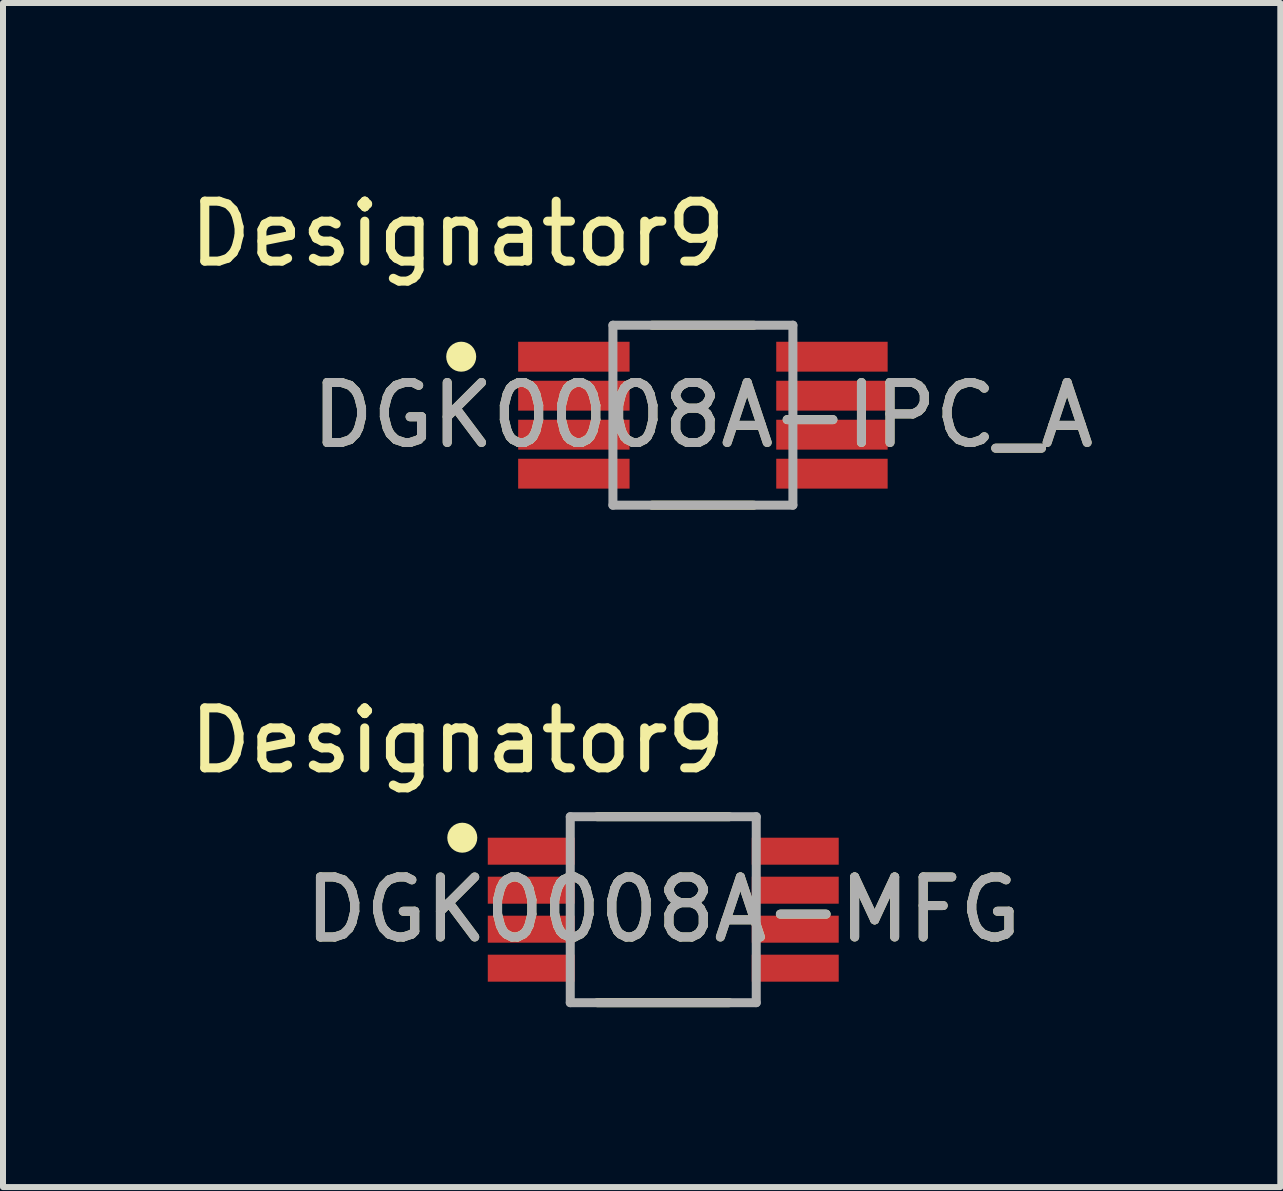
<source format=kicad_pcb>
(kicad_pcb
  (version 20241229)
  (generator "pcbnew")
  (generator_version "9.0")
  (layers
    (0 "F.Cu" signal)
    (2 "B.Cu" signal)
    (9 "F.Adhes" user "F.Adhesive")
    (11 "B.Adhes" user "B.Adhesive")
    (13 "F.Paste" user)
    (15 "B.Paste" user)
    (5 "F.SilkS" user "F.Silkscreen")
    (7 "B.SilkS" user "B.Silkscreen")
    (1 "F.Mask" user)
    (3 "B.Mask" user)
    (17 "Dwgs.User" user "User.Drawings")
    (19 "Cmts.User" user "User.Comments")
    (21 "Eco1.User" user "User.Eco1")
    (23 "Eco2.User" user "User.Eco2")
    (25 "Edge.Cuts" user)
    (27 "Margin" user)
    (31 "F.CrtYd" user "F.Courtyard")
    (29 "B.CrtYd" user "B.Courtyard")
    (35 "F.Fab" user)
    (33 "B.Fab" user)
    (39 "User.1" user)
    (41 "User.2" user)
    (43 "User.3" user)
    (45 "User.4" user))
  (footprint "DGK0008A-MFG"
    (layer "F.Cu")
    (at 8.006 12.114)
    (property "Reference" "DGK0008A-MFG" (at 0 0 0) (unlocked yes) (layer "F.SilkS") (effects (font (size 1 1) (thickness 0.15))))
    (attr smd)
    (fp_line (start -1.1 -1.55) (end 1.1 -1.55) (stroke (width 0.15) (type solid)) (layer "F.SilkS"))
    (fp_line (start -1.1 1.55) (end 1.1 1.55) (stroke (width 0.15) (type solid)) (layer "F.SilkS"))
    (fp_circle (center -3.35 -1.2) (end -3.225 -1.2) (stroke (width 0.25) (type solid)) (fill no) (layer "F.SilkS"))
    (fp_line (start -1.55 -1.55) (end 1.55 -1.55) (stroke (width 0.15) (type solid)) (layer "F.Fab"))
    (fp_line (start -1.55 1.55) (end -1.55 -1.55) (stroke (width 0.15) (type solid)) (layer "F.Fab"))
    (fp_line (start -1.55 1.55) (end 1.55 1.55) (stroke (width 0.15) (type solid)) (layer "F.Fab"))
    (fp_line (start 1.55 1.55) (end 1.55 -1.55) (stroke (width 0.15) (type solid)) (layer "F.Fab"))
    (fp_text user "Designator9" (at -3.429 -2.819 0) (unlocked yes) (layer "F.SilkS") (effects (font (size 1 1) (thickness 0.15))))
    (fp_text user "${REFERENCE}" (at 0 0 0) (unlocked yes) (layer "F.Fab") (effects (font (size 1 1) (thickness 0.15))))
    (pad "1" smd rect (at -2.2 -0.975) (size 1.45 0.45) (layers "F.Cu" "F.Mask" "F.Paste"))
    (pad "2" smd rect (at -2.2 -0.325) (size 1.45 0.45) (layers "F.Cu" "F.Mask" "F.Paste"))
    (pad "3" smd rect (at -2.2 0.325) (size 1.45 0.45) (layers "F.Cu" "F.Mask" "F.Paste"))
    (pad "4" smd rect (at -2.2 0.975) (size 1.45 0.45) (layers "F.Cu" "F.Mask" "F.Paste"))
    (pad "5" smd rect (at 2.2 0.975) (size 1.45 0.45) (layers "F.Cu" "F.Mask" "F.Paste"))
    (pad "6" smd rect (at 2.2 0.325) (size 1.45 0.45) (layers "F.Cu" "F.Mask" "F.Paste"))
    (pad "7" smd rect (at 2.2 -0.325) (size 1.45 0.45) (layers "F.Cu" "F.Mask" "F.Paste"))
    (pad "8" smd rect (at 2.2 -0.975) (size 1.45 0.45) (layers "F.Cu" "F.Mask" "F.Paste")))
  (footprint "DGK0008A-IPC_A"
    (layer "F.Cu")
    (at 8.667 3.871)
    (property "Reference" "DGK0008A-IPC_A" (at 0 0 0) (unlocked yes) (layer "F.SilkS") (effects (font (size 1 1) (thickness 0.15))))
    (attr smd)
    (fp_line (start -0.848 -1.5) (end 0.848 -1.5) (stroke (width 0.15) (type solid)) (layer "F.SilkS"))
    (fp_line (start -0.848 1.5) (end 0.848 1.5) (stroke (width 0.15) (type solid)) (layer "F.SilkS"))
    (fp_circle (center -4.029 -0.975) (end -3.904 -0.975) (stroke (width 0.25) (type solid)) (fill no) (layer "F.SilkS"))
    (fp_line (start -1.5 -1.5) (end 1.5 -1.5) (stroke (width 0.15) (type solid)) (layer "F.Fab"))
    (fp_line (start -1.5 1.5) (end -1.5 -1.5) (stroke (width 0.15) (type solid)) (layer "F.Fab"))
    (fp_line (start -1.5 1.5) (end 1.5 1.5) (stroke (width 0.15) (type solid)) (layer "F.Fab"))
    (fp_line (start 1.5 1.5) (end 1.5 -1.5) (stroke (width 0.15) (type solid)) (layer "F.Fab"))
    (fp_text user "Designator9" (at -4.089 -3.023 0) (unlocked yes) (layer "F.SilkS") (effects (font (size 1 1) (thickness 0.15))))
    (fp_text user "${REFERENCE}" (at 0 0 0) (unlocked yes) (layer "F.Fab") (effects (font (size 1 1) (thickness 0.15))))
    (pad "1" smd rect (at -2.151 -0.975) (size 1.857 0.498) (layers "F.Cu" "F.Mask" "F.Paste"))
    (pad "2" smd rect (at -2.151 -0.325) (size 1.857 0.498) (layers "F.Cu" "F.Mask" "F.Paste"))
    (pad "3" smd rect (at -2.151 0.325) (size 1.857 0.498) (layers "F.Cu" "F.Mask" "F.Paste"))
    (pad "4" smd rect (at -2.151 0.975) (size 1.857 0.498) (layers "F.Cu" "F.Mask" "F.Paste"))
    (pad "5" smd rect (at 2.151 0.975) (size 1.857 0.498) (layers "F.Cu" "F.Mask" "F.Paste"))
    (pad "6" smd rect (at 2.151 0.325) (size 1.857 0.498) (layers "F.Cu" "F.Mask" "F.Paste"))
    (pad "7" smd rect (at 2.151 -0.325) (size 1.857 0.498) (layers "F.Cu" "F.Mask" "F.Paste"))
    (pad "8" smd rect (at 2.151 -0.975) (size 1.857 0.498) (layers "F.Cu" "F.Mask" "F.Paste")))
  (gr_rect
    (start -3 -3)
    (end 18.292 16.738)
    (stroke (width 0.1) (type default))
    (fill no)
    (layer "Edge.Cuts")))
</source>
